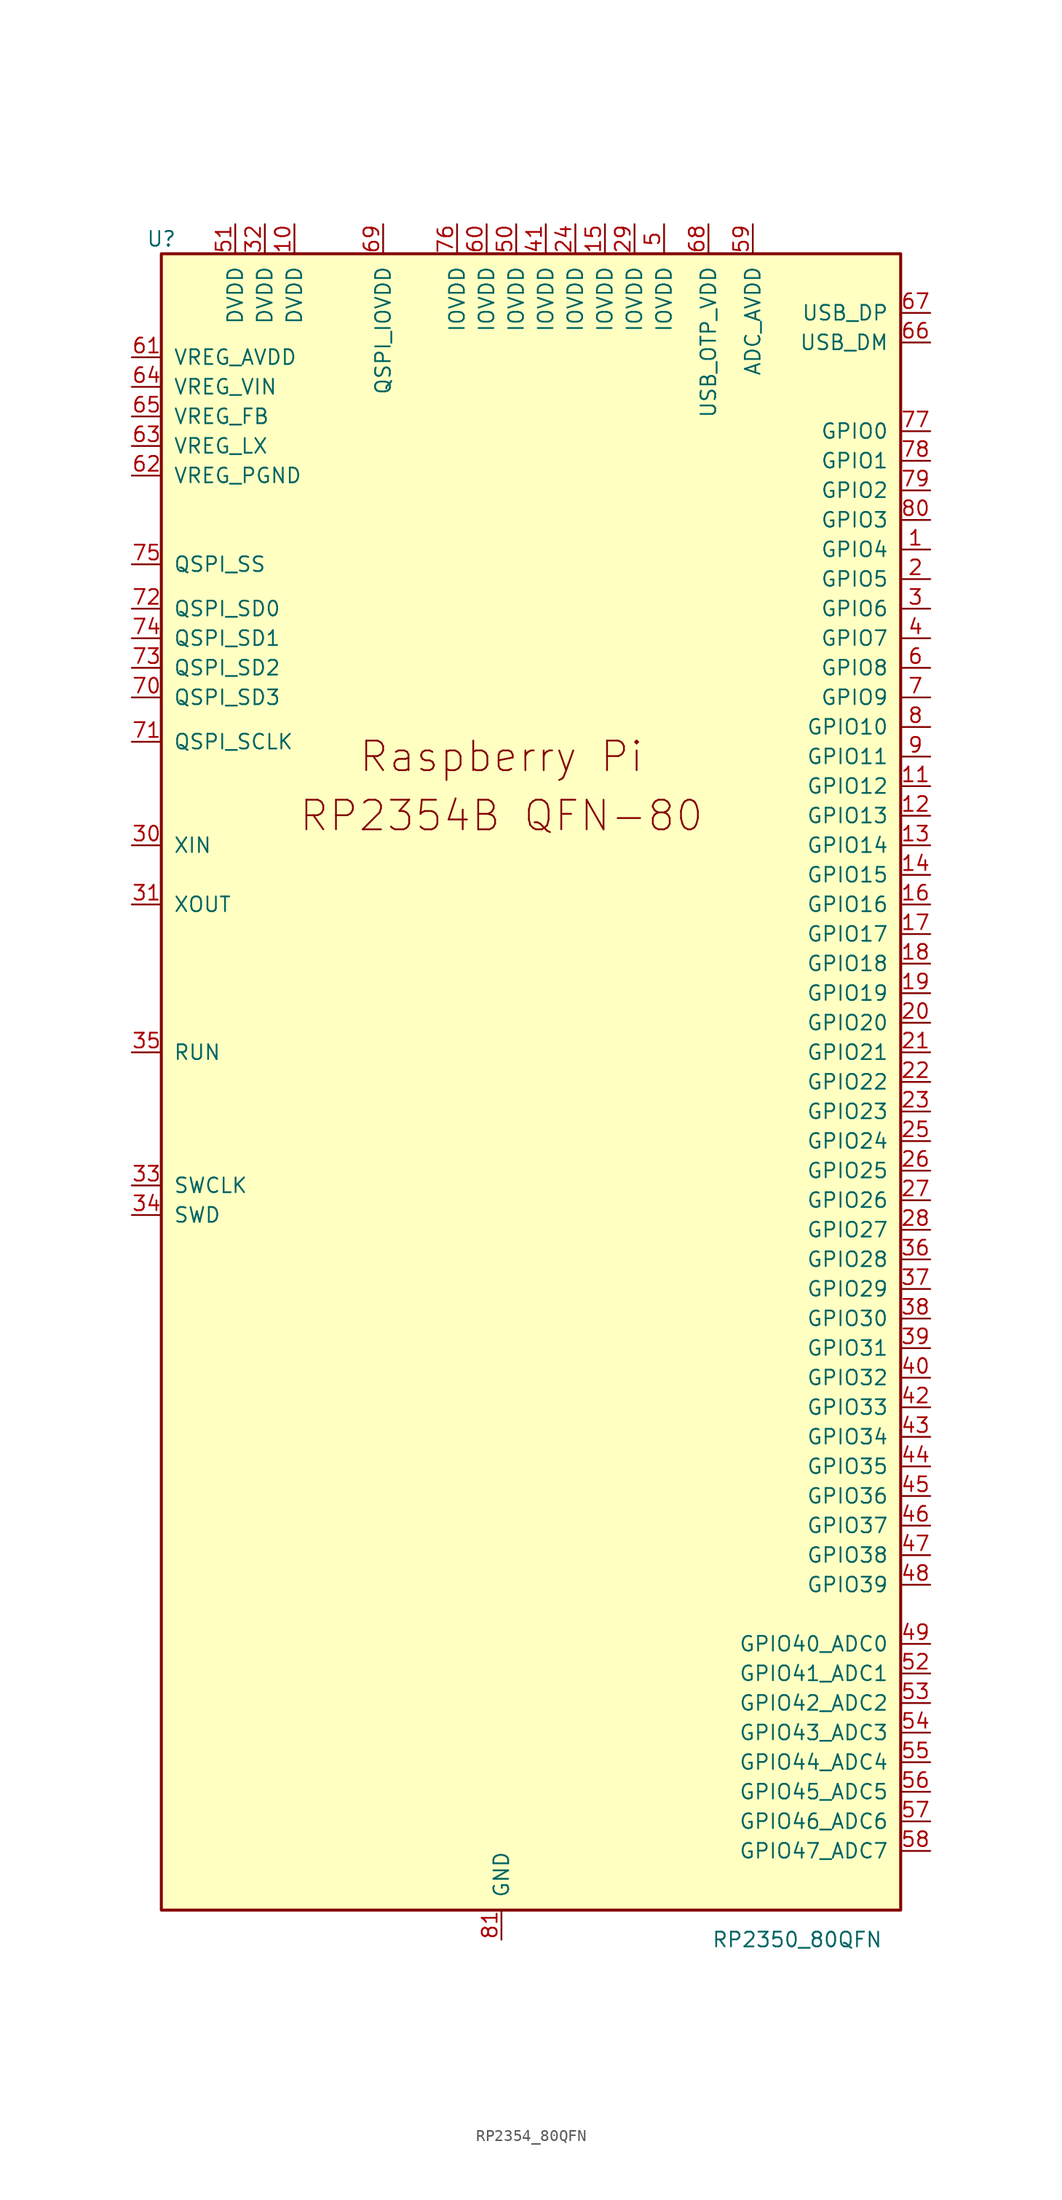
<source format=kicad_sym>
(kicad_symbol_lib
  (version 20241209)
  (generator "kicad_symbol_editor")
  (generator_version "9.0")
  (symbol "RP2354_80QFN"
    (pin_names
      (offset 1.016))
    (property "Reference" "U"
      (at -29.21 49.53 0)
      (effects (font (size 1.27 1.27))))
    (property "Value" "RP2350_80QFN"
      (at 25.4 -96.52 0)
      (effects (font (size 1.27 1.27))))
    (symbol "RP2354_80QFN_0_0"
      (text "Raspberry Pi" (at 0 5.08 0) (effects (font (size 2.54 2.54)))))
    (symbol "RP2354_80QFN_0_1"
      (rectangle (start -29.21 48.26) (end 34.29 -93.98) (stroke (width 0.254) (type default)) (fill (type background))))
    (symbol "RP2354_80QFN_1_0"
      (text "RP2354B QFN-80" (at 0 0 0) (effects (font (size 2.54 2.54)))))
    (symbol "RP2354_80QFN_1_1"
      (pin power_in line (at -31.75 39.37 0) (length 2.54) (name "VREG_AVDD" (effects (font (size 1.27 1.27)))) (number "61" (effects (font (size 1.27 1.27)))))
      (pin power_in line (at -31.75 36.83 0) (length 2.54) (name "VREG_VIN" (effects (font (size 1.27 1.27)))) (number "64" (effects (font (size 1.27 1.27)))))
      (pin input line (at -31.75 34.29 0) (length 2.54) (name "VREG_FB" (effects (font (size 1.27 1.27)))) (number "65" (effects (font (size 1.27 1.27)))))
      (pin power_out line (at -31.75 31.75 0) (length 2.54) (name "VREG_LX" (effects (font (size 1.27 1.27)))) (number "63" (effects (font (size 1.27 1.27)))))
      (pin power_in line (at -31.75 29.21 0) (length 2.54) (name "VREG_PGND" (effects (font (size 1.27 1.27)))) (number "62" (effects (font (size 1.27 1.27)))))
      (pin bidirectional line (at -31.75 21.59 0) (length 2.54) (name "QSPI_SS" (effects (font (size 1.27 1.27)))) (number "75" (effects (font (size 1.27 1.27)))))
      (pin bidirectional line (at -31.75 17.78 0) (length 2.54) (name "QSPI_SD0" (effects (font (size 1.27 1.27)))) (number "72" (effects (font (size 1.27 1.27)))))
      (pin bidirectional line (at -31.75 15.24 0) (length 2.54) (name "QSPI_SD1" (effects (font (size 1.27 1.27)))) (number "74" (effects (font (size 1.27 1.27)))))
      (pin bidirectional line (at -31.75 12.7 0) (length 2.54) (name "QSPI_SD2" (effects (font (size 1.27 1.27)))) (number "73" (effects (font (size 1.27 1.27)))))
      (pin bidirectional line (at -31.75 10.16 0) (length 2.54) (name "QSPI_SD3" (effects (font (size 1.27 1.27)))) (number "70" (effects (font (size 1.27 1.27)))))
      (pin output line (at -31.75 6.35 0) (length 2.54) (name "QSPI_SCLK" (effects (font (size 1.27 1.27)))) (number "71" (effects (font (size 1.27 1.27)))))
      (pin input line (at -31.75 -2.54 0) (length 2.54) (name "XIN" (effects (font (size 1.27 1.27)))) (number "30" (effects (font (size 1.27 1.27)))))
      (pin passive line (at -31.75 -7.62 0) (length 2.54) (name "XOUT" (effects (font (size 1.27 1.27)))) (number "31" (effects (font (size 1.27 1.27)))))
      (pin input line (at -31.75 -20.32 0) (length 2.54) (name "RUN" (effects (font (size 1.27 1.27)))) (number "35" (effects (font (size 1.27 1.27)))))
      (pin output line (at -31.75 -31.75 0) (length 2.54) (name "SWCLK" (effects (font (size 1.27 1.27)))) (number "33" (effects (font (size 1.27 1.27)))))
      (pin bidirectional line (at -31.75 -34.29 0) (length 2.54) (name "SWD" (effects (font (size 1.27 1.27)))) (number "34" (effects (font (size 1.27 1.27)))))
      (pin power_in line (at -22.86 50.8 270) (length 2.54) (name "DVDD" (effects (font (size 1.27 1.27)))) (number "51" (effects (font (size 1.27 1.27)))))
      (pin power_in line (at -20.32 50.8 270) (length 2.54) (name "DVDD" (effects (font (size 1.27 1.27)))) (number "32" (effects (font (size 1.27 1.27)))))
      (pin power_in line (at -17.78 50.8 270) (length 2.54) (name "DVDD" (effects (font (size 1.27 1.27)))) (number "10" (effects (font (size 1.27 1.27)))))
      (pin power_in line (at -10.16 50.8 270) (length 2.54) (name "QSPI_IOVDD" (effects (font (size 1.27 1.27)))) (number "69" (effects (font (size 1.27 1.27)))))
      (pin power_in line (at -3.81 50.8 270) (length 2.54) (name "IOVDD" (effects (font (size 1.27 1.27)))) (number "76" (effects (font (size 1.27 1.27)))))
      (pin power_in line (at -1.27 50.8 270) (length 2.54) (name "IOVDD" (effects (font (size 1.27 1.27)))) (number "60" (effects (font (size 1.27 1.27)))))
      (pin power_in line (at 0 -96.52 90) (length 2.54) (name "GND" (effects (font (size 1.27 1.27)))) (number "81" (effects (font (size 1.27 1.27)))))
      (pin power_in line (at 1.27 50.8 270) (length 2.54) (name "IOVDD" (effects (font (size 1.27 1.27)))) (number "50" (effects (font (size 1.27 1.27)))))
      (pin power_in line (at 3.81 50.8 270) (length 2.54) (name "IOVDD" (effects (font (size 1.27 1.27)))) (number "41" (effects (font (size 1.27 1.27)))))
      (pin power_in line (at 6.35 50.8 270) (length 2.54) (name "IOVDD" (effects (font (size 1.27 1.27)))) (number "24" (effects (font (size 1.27 1.27)))))
      (pin power_in line (at 8.89 50.8 270) (length 2.54) (name "IOVDD" (effects (font (size 1.27 1.27)))) (number "15" (effects (font (size 1.27 1.27)))))
      (pin power_in line (at 11.43 50.8 270) (length 2.54) (name "IOVDD" (effects (font (size 1.27 1.27)))) (number "29" (effects (font (size 1.27 1.27)))))
      (pin power_in line (at 13.97 50.8 270) (length 2.54) (name "IOVDD" (effects (font (size 1.27 1.27)))) (number "5" (effects (font (size 1.27 1.27)))))
      (pin power_in line (at 17.78 50.8 270) (length 2.54) (name "USB_OTP_VDD" (effects (font (size 1.27 1.27)))) (number "68" (effects (font (size 1.27 1.27)))))
      (pin power_in line (at 21.59 50.8 270) (length 2.54) (name "ADC_AVDD" (effects (font (size 1.27 1.27)))) (number "59" (effects (font (size 1.27 1.27)))))
      (pin bidirectional line (at 36.83 43.18 180) (length 2.54) (name "USB_DP" (effects (font (size 1.27 1.27)))) (number "67" (effects (font (size 1.27 1.27)))))
      (pin bidirectional line (at 36.83 40.64 180) (length 2.54) (name "USB_DM" (effects (font (size 1.27 1.27)))) (number "66" (effects (font (size 1.27 1.27)))))
      (pin bidirectional line (at 36.83 33.02 180) (length 2.54) (name "GPIO0" (effects (font (size 1.27 1.27)))) (number "77" (effects (font (size 1.27 1.27)))))
      (pin bidirectional line (at 36.83 30.48 180) (length 2.54) (name "GPIO1" (effects (font (size 1.27 1.27)))) (number "78" (effects (font (size 1.27 1.27)))))
      (pin bidirectional line (at 36.83 27.94 180) (length 2.54) (name "GPIO2" (effects (font (size 1.27 1.27)))) (number "79" (effects (font (size 1.27 1.27)))))
      (pin bidirectional line (at 36.83 25.4 180) (length 2.54) (name "GPIO3" (effects (font (size 1.27 1.27)))) (number "80" (effects (font (size 1.27 1.27)))))
      (pin bidirectional line (at 36.83 22.86 180) (length 2.54) (name "GPIO4" (effects (font (size 1.27 1.27)))) (number "1" (effects (font (size 1.27 1.27)))))
      (pin bidirectional line (at 36.83 20.32 180) (length 2.54) (name "GPIO5" (effects (font (size 1.27 1.27)))) (number "2" (effects (font (size 1.27 1.27)))))
      (pin bidirectional line (at 36.83 17.78 180) (length 2.54) (name "GPIO6" (effects (font (size 1.27 1.27)))) (number "3" (effects (font (size 1.27 1.27)))))
      (pin bidirectional line (at 36.83 15.24 180) (length 2.54) (name "GPIO7" (effects (font (size 1.27 1.27)))) (number "4" (effects (font (size 1.27 1.27)))))
      (pin bidirectional line (at 36.83 12.7 180) (length 2.54) (name "GPIO8" (effects (font (size 1.27 1.27)))) (number "6" (effects (font (size 1.27 1.27)))))
      (pin bidirectional line (at 36.83 10.16 180) (length 2.54) (name "GPIO9" (effects (font (size 1.27 1.27)))) (number "7" (effects (font (size 1.27 1.27)))))
      (pin bidirectional line (at 36.83 7.62 180) (length 2.54) (name "GPIO10" (effects (font (size 1.27 1.27)))) (number "8" (effects (font (size 1.27 1.27)))))
      (pin bidirectional line (at 36.83 5.08 180) (length 2.54) (name "GPIO11" (effects (font (size 1.27 1.27)))) (number "9" (effects (font (size 1.27 1.27)))))
      (pin bidirectional line (at 36.83 2.54 180) (length 2.54) (name "GPIO12" (effects (font (size 1.27 1.27)))) (number "11" (effects (font (size 1.27 1.27)))))
      (pin bidirectional line (at 36.83 0 180) (length 2.54) (name "GPIO13" (effects (font (size 1.27 1.27)))) (number "12" (effects (font (size 1.27 1.27)))))
      (pin bidirectional line (at 36.83 -2.54 180) (length 2.54) (name "GPIO14" (effects (font (size 1.27 1.27)))) (number "13" (effects (font (size 1.27 1.27)))))
      (pin bidirectional line (at 36.83 -5.08 180) (length 2.54) (name "GPIO15" (effects (font (size 1.27 1.27)))) (number "14" (effects (font (size 1.27 1.27)))))
      (pin bidirectional line (at 36.83 -7.62 180) (length 2.54) (name "GPIO16" (effects (font (size 1.27 1.27)))) (number "16" (effects (font (size 1.27 1.27)))))
      (pin bidirectional line (at 36.83 -10.16 180) (length 2.54) (name "GPIO17" (effects (font (size 1.27 1.27)))) (number "17" (effects (font (size 1.27 1.27)))))
      (pin bidirectional line (at 36.83 -12.7 180) (length 2.54) (name "GPIO18" (effects (font (size 1.27 1.27)))) (number "18" (effects (font (size 1.27 1.27)))))
      (pin bidirectional line (at 36.83 -15.24 180) (length 2.54) (name "GPIO19" (effects (font (size 1.27 1.27)))) (number "19" (effects (font (size 1.27 1.27)))))
      (pin bidirectional line (at 36.83 -17.78 180) (length 2.54) (name "GPIO20" (effects (font (size 1.27 1.27)))) (number "20" (effects (font (size 1.27 1.27)))))
      (pin bidirectional line (at 36.83 -20.32 180) (length 2.54) (name "GPIO21" (effects (font (size 1.27 1.27)))) (number "21" (effects (font (size 1.27 1.27)))))
      (pin bidirectional line (at 36.83 -22.86 180) (length 2.54) (name "GPIO22" (effects (font (size 1.27 1.27)))) (number "22" (effects (font (size 1.27 1.27)))))
      (pin bidirectional line (at 36.83 -25.4 180) (length 2.54) (name "GPIO23" (effects (font (size 1.27 1.27)))) (number "23" (effects (font (size 1.27 1.27)))))
      (pin bidirectional line (at 36.83 -27.94 180) (length 2.54) (name "GPIO24" (effects (font (size 1.27 1.27)))) (number "25" (effects (font (size 1.27 1.27)))))
      (pin bidirectional line (at 36.83 -30.48 180) (length 2.54) (name "GPIO25" (effects (font (size 1.27 1.27)))) (number "26" (effects (font (size 1.27 1.27)))))
      (pin bidirectional line (at 36.83 -33.02 180) (length 2.54) (name "GPIO26" (effects (font (size 1.27 1.27)))) (number "27" (effects (font (size 1.27 1.27)))))
      (pin bidirectional line (at 36.83 -35.56 180) (length 2.54) (name "GPIO27" (effects (font (size 1.27 1.27)))) (number "28" (effects (font (size 1.27 1.27)))))
      (pin bidirectional line (at 36.83 -38.1 180) (length 2.54) (name "GPIO28" (effects (font (size 1.27 1.27)))) (number "36" (effects (font (size 1.27 1.27)))))
      (pin bidirectional line (at 36.83 -40.64 180) (length 2.54) (name "GPIO29" (effects (font (size 1.27 1.27)))) (number "37" (effects (font (size 1.27 1.27)))))
      (pin bidirectional line (at 36.83 -43.18 180) (length 2.54) (name "GPIO30" (effects (font (size 1.27 1.27)))) (number "38" (effects (font (size 1.27 1.27)))))
      (pin bidirectional line (at 36.83 -45.72 180) (length 2.54) (name "GPIO31" (effects (font (size 1.27 1.27)))) (number "39" (effects (font (size 1.27 1.27)))))
      (pin bidirectional line (at 36.83 -48.26 180) (length 2.54) (name "GPIO32" (effects (font (size 1.27 1.27)))) (number "40" (effects (font (size 1.27 1.27)))))
      (pin bidirectional line (at 36.83 -50.8 180) (length 2.54) (name "GPIO33" (effects (font (size 1.27 1.27)))) (number "42" (effects (font (size 1.27 1.27)))))
      (pin bidirectional line (at 36.83 -53.34 180) (length 2.54) (name "GPIO34" (effects (font (size 1.27 1.27)))) (number "43" (effects (font (size 1.27 1.27)))))
      (pin bidirectional line (at 36.83 -55.88 180) (length 2.54) (name "GPIO35" (effects (font (size 1.27 1.27)))) (number "44" (effects (font (size 1.27 1.27)))))
      (pin bidirectional line (at 36.83 -58.42 180) (length 2.54) (name "GPIO36" (effects (font (size 1.27 1.27)))) (number "45" (effects (font (size 1.27 1.27)))))
      (pin bidirectional line (at 36.83 -60.96 180) (length 2.54) (name "GPIO37" (effects (font (size 1.27 1.27)))) (number "46" (effects (font (size 1.27 1.27)))))
      (pin bidirectional line (at 36.83 -63.5 180) (length 2.54) (name "GPIO38" (effects (font (size 1.27 1.27)))) (number "47" (effects (font (size 1.27 1.27)))))
      (pin bidirectional line (at 36.83 -66.04 180) (length 2.54) (name "GPIO39" (effects (font (size 1.27 1.27)))) (number "48" (effects (font (size 1.27 1.27)))))
      (pin bidirectional line (at 36.83 -71.12 180) (length 2.54) (name "GPIO40_ADC0" (effects (font (size 1.27 1.27)))) (number "49" (effects (font (size 1.27 1.27)))))
      (pin bidirectional line (at 36.83 -73.66 180) (length 2.54) (name "GPIO41_ADC1" (effects (font (size 1.27 1.27)))) (number "52" (effects (font (size 1.27 1.27)))))
      (pin bidirectional line (at 36.83 -76.2 180) (length 2.54) (name "GPIO42_ADC2" (effects (font (size 1.27 1.27)))) (number "53" (effects (font (size 1.27 1.27)))))
      (pin bidirectional line (at 36.83 -78.74 180) (length 2.54) (name "GPIO43_ADC3" (effects (font (size 1.27 1.27)))) (number "54" (effects (font (size 1.27 1.27)))))
      (pin bidirectional line (at 36.83 -81.28 180) (length 2.54) (name "GPIO44_ADC4" (effects (font (size 1.27 1.27)))) (number "55" (effects (font (size 1.27 1.27)))))
      (pin bidirectional line (at 36.83 -83.82 180) (length 2.54) (name "GPIO45_ADC5" (effects (font (size 1.27 1.27)))) (number "56" (effects (font (size 1.27 1.27)))))
      (pin bidirectional line (at 36.83 -86.36 180) (length 2.54) (name "GPIO46_ADC6" (effects (font (size 1.27 1.27)))) (number "57" (effects (font (size 1.27 1.27)))))
      (pin bidirectional line (at 36.83 -88.9 180) (length 2.54) (name "GPIO47_ADC7" (effects (font (size 1.27 1.27)))) (number "58" (effects (font (size 1.27 1.27))))))))
</source>
